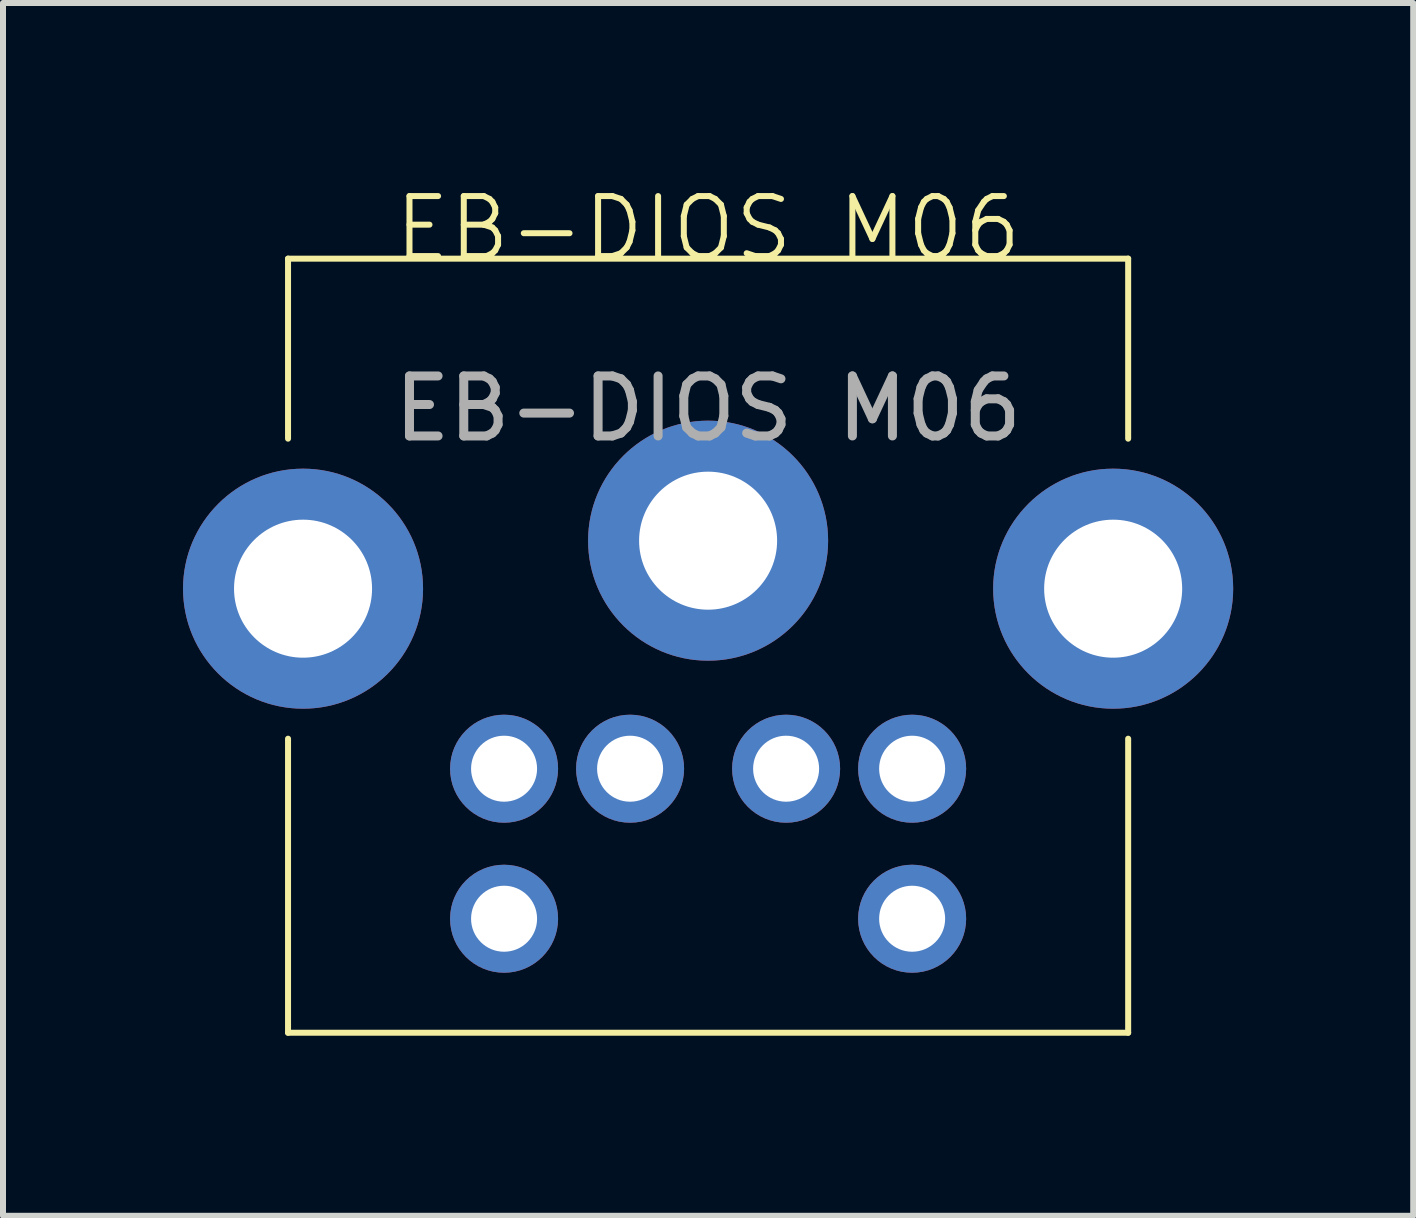
<source format=kicad_pcb>
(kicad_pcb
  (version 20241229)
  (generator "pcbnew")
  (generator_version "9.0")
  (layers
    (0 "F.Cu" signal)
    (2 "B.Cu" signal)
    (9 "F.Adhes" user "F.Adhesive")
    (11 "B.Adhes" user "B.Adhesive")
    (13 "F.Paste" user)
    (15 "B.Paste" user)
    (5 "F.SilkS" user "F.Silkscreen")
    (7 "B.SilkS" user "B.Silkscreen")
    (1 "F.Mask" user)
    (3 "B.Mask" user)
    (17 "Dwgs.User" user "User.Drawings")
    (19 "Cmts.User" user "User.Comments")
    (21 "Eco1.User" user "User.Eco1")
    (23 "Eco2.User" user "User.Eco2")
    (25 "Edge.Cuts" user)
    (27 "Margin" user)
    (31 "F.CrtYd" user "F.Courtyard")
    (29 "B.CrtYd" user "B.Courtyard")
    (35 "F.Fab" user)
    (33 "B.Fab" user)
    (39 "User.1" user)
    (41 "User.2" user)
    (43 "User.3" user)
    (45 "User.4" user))
  (footprint "EB-DIOS M06"
    (layer "F.Cu")
    (at 8.75 1.26)
    (property "Reference" "EB-DIOS M06" (at 0 -0.5 0) (unlocked yes) (layer "F.SilkS") (effects (font (size 1 1) (thickness 0.1))))
    (attr through_hole)
    (fp_line (start -7 0) (end -7 3) (stroke (width 0.1) (type default)) (layer "F.SilkS"))
    (fp_line (start -7 0) (end 7 0) (stroke (width 0.1) (type default)) (layer "F.SilkS"))
    (fp_line (start -7 8) (end -7 12.9) (stroke (width 0.1) (type default)) (layer "F.SilkS"))
    (fp_line (start -7 12.9) (end 7 12.9) (stroke (width 0.1) (type default)) (layer "F.SilkS"))
    (fp_line (start 7 0) (end 7 3) (stroke (width 0.1) (type default)) (layer "F.SilkS"))
    (fp_line (start 7 8) (end 7 12.9) (stroke (width 0.1) (type default)) (layer "F.SilkS"))
    (fp_text user "${REFERENCE}" (at 0 2.5 0) (unlocked yes) (layer "F.Fab") (effects (font (size 1 1) (thickness 0.15))))
    (pad "1" thru_hole circle (at 1.3 8.5) (size 1.8 1.8) (drill 1.1) (layers "*.Cu" "*.Mask"))
    (pad "2" thru_hole circle (at -1.3 8.5) (size 1.8 1.8) (drill 1.1) (layers "*.Cu" "*.Mask"))
    (pad "3" thru_hole circle (at 3.4 8.5) (size 1.8 1.8) (drill 1.1) (layers "*.Cu" "*.Mask"))
    (pad "4" thru_hole circle (at -3.4 8.5) (size 1.8 1.8) (drill 1.1) (layers "*.Cu" "*.Mask"))
    (pad "5" thru_hole circle (at 3.4 11) (size 1.8 1.8) (drill 1.1) (layers "*.Cu" "*.Mask"))
    (pad "6" thru_hole circle (at -3.4 11) (size 1.8 1.8) (drill 1.1) (layers "*.Cu" "*.Mask"))
    (pad "S" thru_hole circle (at -6.75 5.5) (size 4 4) (drill 2.3) (layers "*.Cu" "*.Mask"))
    (pad "S" thru_hole circle (at 0 4.7) (size 4 4) (drill 2.3) (layers "*.Cu" "*.Mask"))
    (pad "S" thru_hole circle (at 6.75 5.5) (size 4 4) (drill 2.3) (layers "*.Cu" "*.Mask")))
  (gr_rect
    (start -3 -3)
    (end 20.5 17.21)
    (stroke (width 0.1) (type default))
    (fill no)
    (layer "Edge.Cuts")))
</source>
